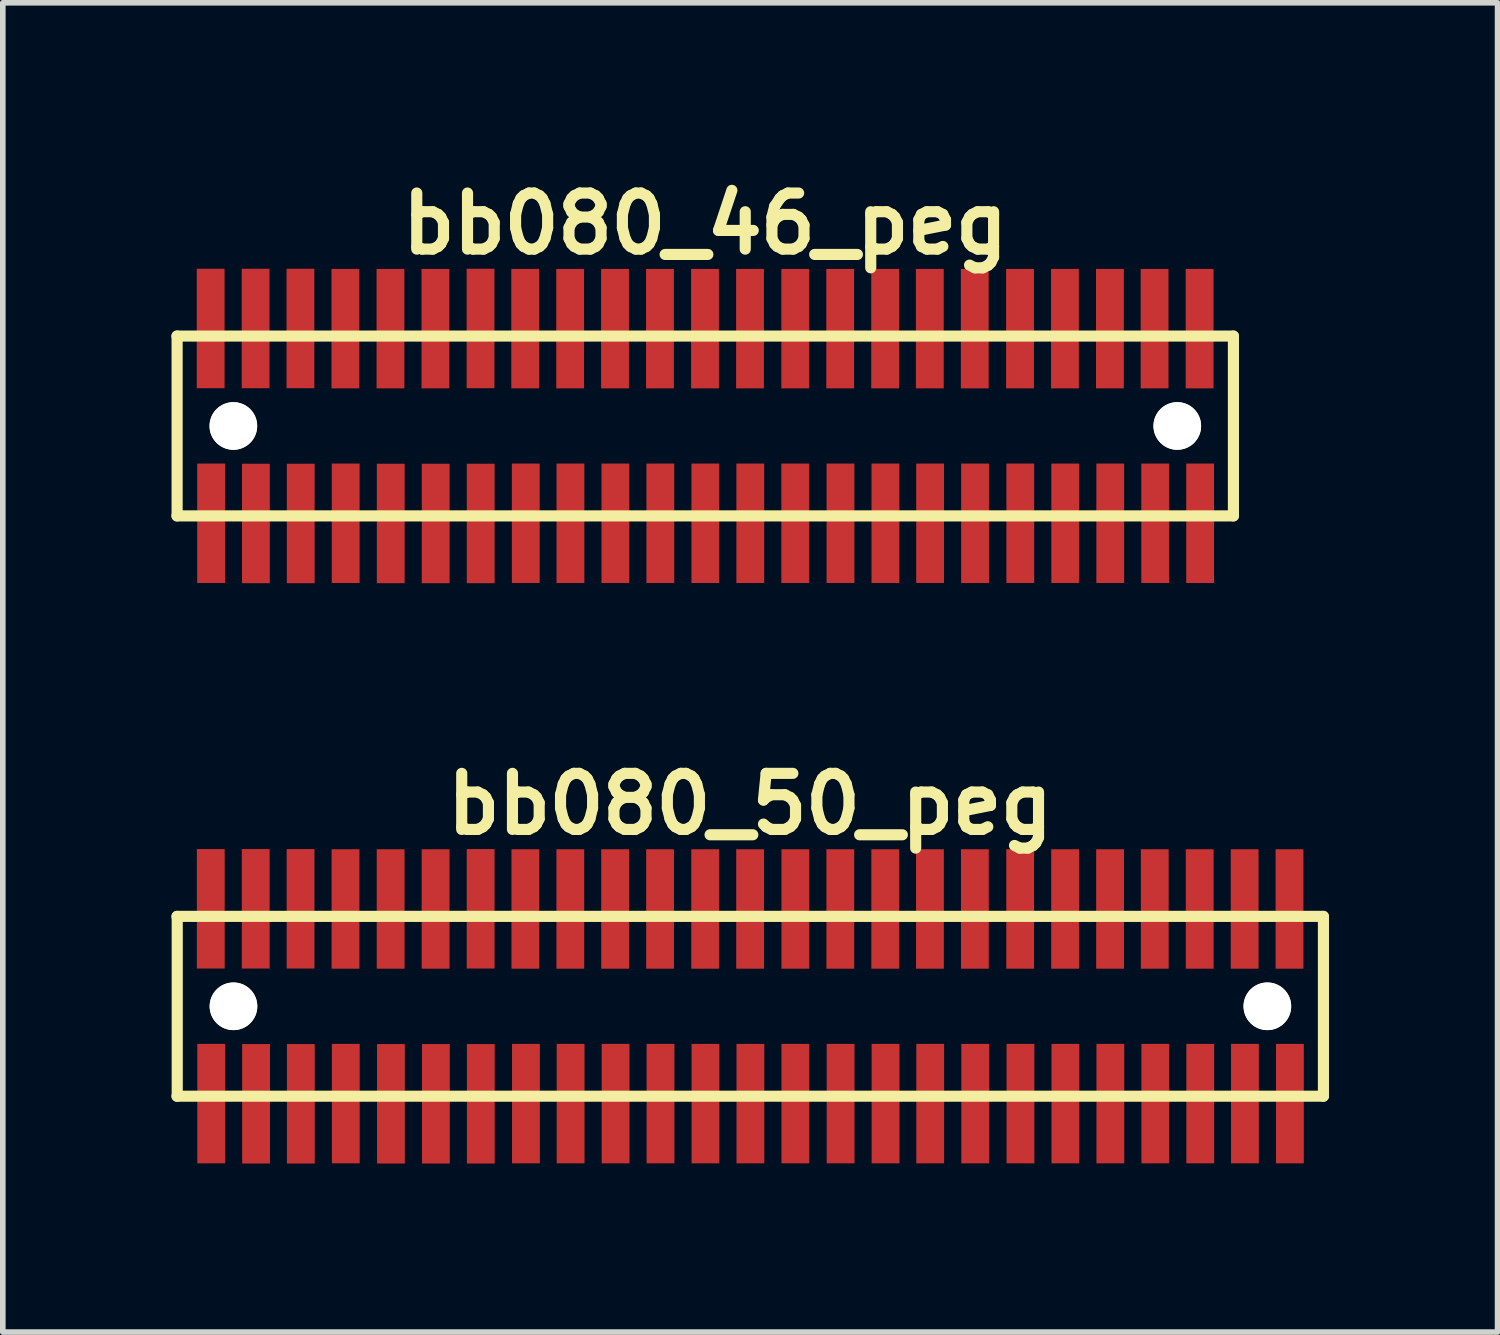
<source format=kicad_pcb>
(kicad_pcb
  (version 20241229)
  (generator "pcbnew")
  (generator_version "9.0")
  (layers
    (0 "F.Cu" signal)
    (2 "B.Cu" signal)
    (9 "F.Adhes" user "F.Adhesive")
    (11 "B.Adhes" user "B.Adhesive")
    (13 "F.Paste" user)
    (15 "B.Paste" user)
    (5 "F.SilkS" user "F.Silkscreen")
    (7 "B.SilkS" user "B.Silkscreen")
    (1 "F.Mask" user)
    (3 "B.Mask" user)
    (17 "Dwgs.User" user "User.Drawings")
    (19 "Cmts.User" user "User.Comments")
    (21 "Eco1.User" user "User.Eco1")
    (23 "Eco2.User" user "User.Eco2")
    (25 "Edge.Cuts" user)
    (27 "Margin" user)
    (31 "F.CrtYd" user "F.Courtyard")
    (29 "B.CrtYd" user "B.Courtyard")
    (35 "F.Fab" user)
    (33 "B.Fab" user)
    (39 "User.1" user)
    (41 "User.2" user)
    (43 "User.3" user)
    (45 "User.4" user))
  (footprint "bb080_46_peg"
    (layer "F.Cu")
    (at 9.5 4.531)
    (property "Reference" "bb080_46_peg" (at 0 -3.599 0) (layer "F.SilkS") (effects (font (size 0.998 0.998) (thickness 0.198))))
    (attr smd)
    (fp_line (start -9.401 1.6) (end 9.401 1.6) (stroke (width 0.198) (type solid)) (layer "F.SilkS"))
    (fp_line (start -9.398 -1.6) (end -9.398 1.6) (stroke (width 0.198) (type solid)) (layer "F.SilkS"))
    (fp_line (start 9.401 -1.6) (end -9.401 -1.6) (stroke (width 0.198) (type solid)) (layer "F.SilkS"))
    (fp_line (start 9.401 1.6) (end 9.401 -1.6) (stroke (width 0.198) (type solid)) (layer "F.SilkS"))
    (pad "" np_thru_hole circle (at -8.397 0) (size 0.848 0.848) (drill 0.848) (layers "*.Cu" "*.Mask" "F.SilkS"))
    (pad "" np_thru_hole circle (at 8.402 0) (size 0.848 0.848) (drill 0.848) (layers "*.Cu" "*.Mask" "F.SilkS"))
    (pad "1" smd rect (at -8.793 1.732) (size 0.495 2.126) (layers "F.Cu" "F.Mask" "F.Paste"))
    (pad "2" smd rect (at -8.801 -1.735) (size 0.495 2.126) (layers "F.Cu" "F.Mask" "F.Paste"))
    (pad "3" smd rect (at -7.996 1.735) (size 0.495 2.126) (layers "F.Cu" "F.Mask" "F.Paste"))
    (pad "4" smd rect (at -8.001 -1.735) (size 0.495 2.126) (layers "F.Cu" "F.Mask" "F.Paste"))
    (pad "5" smd rect (at -7.198 1.735) (size 0.495 2.126) (layers "F.Cu" "F.Mask" "F.Paste"))
    (pad "6" smd rect (at -7.203 -1.735) (size 0.495 2.126) (layers "F.Cu" "F.Mask" "F.Paste"))
    (pad "7" smd rect (at -6.398 1.732) (size 0.495 2.126) (layers "F.Cu" "F.Mask" "F.Paste"))
    (pad "8" smd rect (at -6.403 -1.732) (size 0.495 2.126) (layers "F.Cu" "F.Mask" "F.Paste"))
    (pad "9" smd rect (at -5.596 1.735) (size 0.495 2.126) (layers "F.Cu" "F.Mask" "F.Paste"))
    (pad "10" smd rect (at -5.601 -1.732) (size 0.495 2.126) (layers "F.Cu" "F.Mask" "F.Paste"))
    (pad "11" smd rect (at -4.796 1.735) (size 0.495 2.126) (layers "F.Cu" "F.Mask" "F.Paste"))
    (pad "12" smd rect (at -4.801 -1.732) (size 0.495 2.126) (layers "F.Cu" "F.Mask" "F.Paste"))
    (pad "13" smd rect (at -3.995 1.735) (size 0.495 2.126) (layers "F.Cu" "F.Mask" "F.Paste"))
    (pad "14" smd rect (at -3.998 -1.735) (size 0.495 2.126) (layers "F.Cu" "F.Mask" "F.Paste"))
    (pad "15" smd rect (at -3.193 1.732) (size 0.495 2.126) (layers "F.Cu" "F.Mask" "F.Paste"))
    (pad "16" smd rect (at -3.203 -1.732) (size 0.495 2.126) (layers "F.Cu" "F.Mask" "F.Paste"))
    (pad "17" smd rect (at -2.398 1.732) (size 0.495 2.126) (layers "F.Cu" "F.Mask" "F.Paste"))
    (pad "18" smd rect (at -2.403 -1.732) (size 0.495 2.126) (layers "F.Cu" "F.Mask" "F.Paste"))
    (pad "19" smd rect (at -1.598 1.732) (size 0.495 2.126) (layers "F.Cu" "F.Mask" "F.Paste"))
    (pad "20" smd rect (at -1.605 -1.732) (size 0.495 2.126) (layers "F.Cu" "F.Mask" "F.Paste"))
    (pad "21" smd rect (at -0.798 1.732) (size 0.495 2.126) (layers "F.Cu" "F.Mask" "F.Paste"))
    (pad "22" smd rect (at -0.805 -1.732) (size 0.495 2.126) (layers "F.Cu" "F.Mask" "F.Paste"))
    (pad "23" smd rect (at 0.003 1.732) (size 0.495 2.126) (layers "F.Cu" "F.Mask" "F.Paste"))
    (pad "24" smd rect (at -0.003 -1.732) (size 0.495 2.126) (layers "F.Cu" "F.Mask" "F.Paste"))
    (pad "25" smd rect (at 0.803 1.732) (size 0.495 2.126) (layers "F.Cu" "F.Mask" "F.Paste"))
    (pad "26" smd rect (at 0.798 -1.732) (size 0.495 2.126) (layers "F.Cu" "F.Mask" "F.Paste"))
    (pad "27" smd rect (at 1.603 1.732) (size 0.495 2.126) (layers "F.Cu" "F.Mask" "F.Paste"))
    (pad "28" smd rect (at 1.603 -1.732) (size 0.495 2.126) (layers "F.Cu" "F.Mask" "F.Paste"))
    (pad "29" smd rect (at 2.408 1.732) (size 0.495 2.126) (layers "F.Cu" "F.Mask" "F.Paste"))
    (pad "30" smd rect (at 2.403 -1.732) (size 0.495 2.126) (layers "F.Cu" "F.Mask" "F.Paste"))
    (pad "31" smd rect (at 3.208 1.732) (size 0.495 2.126) (layers "F.Cu" "F.Mask" "F.Paste"))
    (pad "32" smd rect (at 3.203 -1.732) (size 0.495 2.126) (layers "F.Cu" "F.Mask" "F.Paste"))
    (pad "33" smd rect (at 4.003 1.732) (size 0.495 2.126) (layers "F.Cu" "F.Mask" "F.Paste"))
    (pad "34" smd rect (at 3.998 -1.732) (size 0.495 2.126) (layers "F.Cu" "F.Mask" "F.Paste"))
    (pad "35" smd rect (at 4.803 1.732) (size 0.495 2.126) (layers "F.Cu" "F.Mask" "F.Paste"))
    (pad "36" smd rect (at 4.798 -1.732) (size 0.495 2.126) (layers "F.Cu" "F.Mask" "F.Paste"))
    (pad "37" smd rect (at 5.608 1.732) (size 0.495 2.126) (layers "F.Cu" "F.Mask" "F.Paste"))
    (pad "38" smd rect (at 5.603 -1.732) (size 0.495 2.126) (layers "F.Cu" "F.Mask" "F.Paste"))
    (pad "39" smd rect (at 6.408 1.732) (size 0.495 2.126) (layers "F.Cu" "F.Mask" "F.Paste"))
    (pad "40" smd rect (at 6.403 -1.732) (size 0.495 2.126) (layers "F.Cu" "F.Mask" "F.Paste"))
    (pad "41" smd rect (at 7.209 1.732) (size 0.495 2.126) (layers "F.Cu" "F.Mask" "F.Paste"))
    (pad "42" smd rect (at 7.203 -1.732) (size 0.495 2.126) (layers "F.Cu" "F.Mask" "F.Paste"))
    (pad "43" smd rect (at 8.009 1.732) (size 0.495 2.126) (layers "F.Cu" "F.Mask" "F.Paste"))
    (pad "44" smd rect (at 7.998 -1.732) (size 0.495 2.126) (layers "F.Cu" "F.Mask" "F.Paste"))
    (pad "45" smd rect (at 8.809 1.732) (size 0.495 2.126) (layers "F.Cu" "F.Mask" "F.Paste"))
    (pad "46" smd rect (at 8.799 -1.732) (size 0.495 2.126) (layers "F.Cu" "F.Mask" "F.Paste")))
  (footprint "bb080_50_peg"
    (layer "F.Cu")
    (at 10.3 14.859)
    (property "Reference" "bb080_50_peg" (at 0 -3.599 0) (layer "F.SilkS") (effects (font (size 0.998 0.998) (thickness 0.198))))
    (attr smd)
    (fp_line (start -10.201 1.6) (end 10.201 1.6) (stroke (width 0.198) (type solid)) (layer "F.SilkS"))
    (fp_line (start -10.196 -1.6) (end -10.196 1.6) (stroke (width 0.198) (type solid)) (layer "F.SilkS"))
    (fp_line (start 10.201 -1.6) (end -10.201 -1.6) (stroke (width 0.198) (type solid)) (layer "F.SilkS"))
    (fp_line (start 10.203 1.6) (end 10.203 -1.6) (stroke (width 0.198) (type solid)) (layer "F.SilkS"))
    (pad "" np_thru_hole circle (at -9.195 0) (size 0.848 0.848) (drill 0.848) (layers "*.Cu" "*.Mask" "F.SilkS"))
    (pad "" np_thru_hole circle (at 9.205 0) (size 0.848 0.848) (drill 0.848) (layers "*.Cu" "*.Mask" "F.SilkS"))
    (pad "1" smd rect (at -9.591 1.732) (size 0.495 2.126) (layers "F.Cu" "F.Mask" "F.Paste"))
    (pad "2" smd rect (at -9.599 -1.735) (size 0.495 2.126) (layers "F.Cu" "F.Mask" "F.Paste"))
    (pad "3" smd rect (at -8.793 1.735) (size 0.495 2.126) (layers "F.Cu" "F.Mask" "F.Paste"))
    (pad "4" smd rect (at -8.799 -1.735) (size 0.495 2.126) (layers "F.Cu" "F.Mask" "F.Paste"))
    (pad "5" smd rect (at -7.996 1.735) (size 0.495 2.126) (layers "F.Cu" "F.Mask" "F.Paste"))
    (pad "6" smd rect (at -8.001 -1.735) (size 0.495 2.126) (layers "F.Cu" "F.Mask" "F.Paste"))
    (pad "7" smd rect (at -7.196 1.732) (size 0.495 2.126) (layers "F.Cu" "F.Mask" "F.Paste"))
    (pad "8" smd rect (at -7.201 -1.732) (size 0.495 2.126) (layers "F.Cu" "F.Mask" "F.Paste"))
    (pad "9" smd rect (at -6.393 1.735) (size 0.495 2.126) (layers "F.Cu" "F.Mask" "F.Paste"))
    (pad "10" smd rect (at -6.398 -1.732) (size 0.495 2.126) (layers "F.Cu" "F.Mask" "F.Paste"))
    (pad "11" smd rect (at -5.593 1.735) (size 0.495 2.126) (layers "F.Cu" "F.Mask" "F.Paste"))
    (pad "12" smd rect (at -5.598 -1.732) (size 0.495 2.126) (layers "F.Cu" "F.Mask" "F.Paste"))
    (pad "13" smd rect (at -4.793 1.735) (size 0.495 2.126) (layers "F.Cu" "F.Mask" "F.Paste"))
    (pad "14" smd rect (at -4.796 -1.735) (size 0.495 2.126) (layers "F.Cu" "F.Mask" "F.Paste"))
    (pad "15" smd rect (at -3.99 1.732) (size 0.495 2.126) (layers "F.Cu" "F.Mask" "F.Paste"))
    (pad "16" smd rect (at -4 -1.732) (size 0.495 2.126) (layers "F.Cu" "F.Mask" "F.Paste"))
    (pad "17" smd rect (at -3.195 1.732) (size 0.495 2.126) (layers "F.Cu" "F.Mask" "F.Paste"))
    (pad "18" smd rect (at -3.2 -1.732) (size 0.495 2.126) (layers "F.Cu" "F.Mask" "F.Paste"))
    (pad "19" smd rect (at -2.395 1.732) (size 0.495 2.126) (layers "F.Cu" "F.Mask" "F.Paste"))
    (pad "20" smd rect (at -2.403 -1.732) (size 0.495 2.126) (layers "F.Cu" "F.Mask" "F.Paste"))
    (pad "21" smd rect (at -1.595 1.732) (size 0.495 2.126) (layers "F.Cu" "F.Mask" "F.Paste"))
    (pad "22" smd rect (at -1.603 -1.732) (size 0.495 2.126) (layers "F.Cu" "F.Mask" "F.Paste"))
    (pad "23" smd rect (at -0.795 1.732) (size 0.495 2.126) (layers "F.Cu" "F.Mask" "F.Paste"))
    (pad "24" smd rect (at -0.8 -1.732) (size 0.495 2.126) (layers "F.Cu" "F.Mask" "F.Paste"))
    (pad "25" smd rect (at 0.005 1.732) (size 0.495 2.126) (layers "F.Cu" "F.Mask" "F.Paste"))
    (pad "26" smd rect (at 0 -1.732) (size 0.495 2.126) (layers "F.Cu" "F.Mask" "F.Paste"))
    (pad "27" smd rect (at 0.805 1.732) (size 0.495 2.126) (layers "F.Cu" "F.Mask" "F.Paste"))
    (pad "28" smd rect (at 0.805 -1.732) (size 0.495 2.126) (layers "F.Cu" "F.Mask" "F.Paste"))
    (pad "29" smd rect (at 1.61 1.732) (size 0.495 2.126) (layers "F.Cu" "F.Mask" "F.Paste"))
    (pad "30" smd rect (at 1.605 -1.732) (size 0.495 2.126) (layers "F.Cu" "F.Mask" "F.Paste"))
    (pad "31" smd rect (at 2.41 1.732) (size 0.495 2.126) (layers "F.Cu" "F.Mask" "F.Paste"))
    (pad "32" smd rect (at 2.405 -1.732) (size 0.495 2.126) (layers "F.Cu" "F.Mask" "F.Paste"))
    (pad "33" smd rect (at 3.205 1.732) (size 0.495 2.126) (layers "F.Cu" "F.Mask" "F.Paste"))
    (pad "34" smd rect (at 3.2 -1.732) (size 0.495 2.126) (layers "F.Cu" "F.Mask" "F.Paste"))
    (pad "35" smd rect (at 4.006 1.732) (size 0.495 2.126) (layers "F.Cu" "F.Mask" "F.Paste"))
    (pad "36" smd rect (at 4 -1.732) (size 0.495 2.126) (layers "F.Cu" "F.Mask" "F.Paste"))
    (pad "37" smd rect (at 4.811 1.732) (size 0.495 2.126) (layers "F.Cu" "F.Mask" "F.Paste"))
    (pad "38" smd rect (at 4.806 -1.732) (size 0.495 2.126) (layers "F.Cu" "F.Mask" "F.Paste"))
    (pad "39" smd rect (at 5.611 1.732) (size 0.495 2.126) (layers "F.Cu" "F.Mask" "F.Paste"))
    (pad "40" smd rect (at 5.606 -1.732) (size 0.495 2.126) (layers "F.Cu" "F.Mask" "F.Paste"))
    (pad "41" smd rect (at 6.411 1.732) (size 0.495 2.126) (layers "F.Cu" "F.Mask" "F.Paste"))
    (pad "42" smd rect (at 6.406 -1.732) (size 0.495 2.126) (layers "F.Cu" "F.Mask" "F.Paste"))
    (pad "43" smd rect (at 7.211 1.732) (size 0.495 2.126) (layers "F.Cu" "F.Mask" "F.Paste"))
    (pad "44" smd rect (at 7.201 -1.732) (size 0.495 2.126) (layers "F.Cu" "F.Mask" "F.Paste"))
    (pad "45" smd rect (at 8.011 1.732) (size 0.495 2.126) (layers "F.Cu" "F.Mask" "F.Paste"))
    (pad "46" smd rect (at 8.001 -1.732) (size 0.495 2.126) (layers "F.Cu" "F.Mask" "F.Paste"))
    (pad "47" smd rect (at 8.806 1.732) (size 0.495 2.126) (layers "F.Cu" "F.Mask" "F.Paste"))
    (pad "48" smd rect (at 8.801 -1.732) (size 0.495 2.126) (layers "F.Cu" "F.Mask" "F.Paste"))
    (pad "49" smd rect (at 9.606 1.732) (size 0.495 2.126) (layers "F.Cu" "F.Mask" "F.Paste"))
    (pad "50" smd rect (at 9.599 -1.732) (size 0.495 2.126) (layers "F.Cu" "F.Mask" "F.Paste")))
  (gr_rect
    (start -3 -3)
    (end 23.602 20.657)
    (stroke (width 0.1) (type default))
    (fill no)
    (layer "Edge.Cuts")))
</source>
